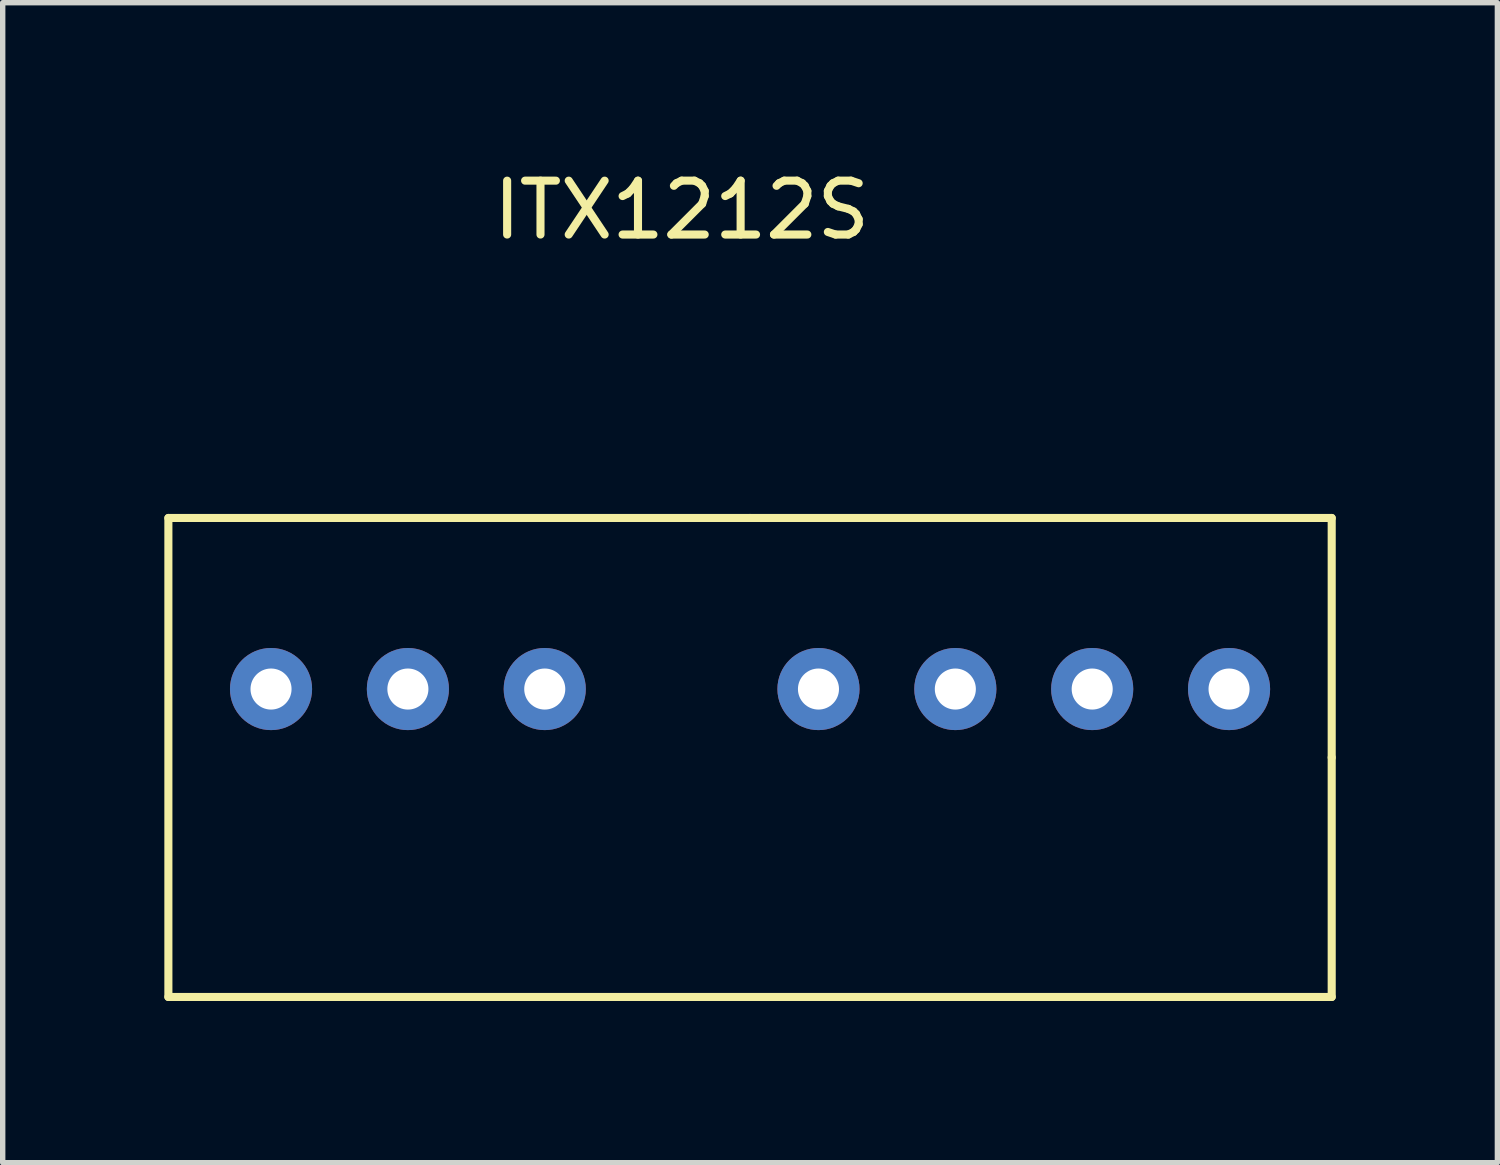
<source format=kicad_pcb>
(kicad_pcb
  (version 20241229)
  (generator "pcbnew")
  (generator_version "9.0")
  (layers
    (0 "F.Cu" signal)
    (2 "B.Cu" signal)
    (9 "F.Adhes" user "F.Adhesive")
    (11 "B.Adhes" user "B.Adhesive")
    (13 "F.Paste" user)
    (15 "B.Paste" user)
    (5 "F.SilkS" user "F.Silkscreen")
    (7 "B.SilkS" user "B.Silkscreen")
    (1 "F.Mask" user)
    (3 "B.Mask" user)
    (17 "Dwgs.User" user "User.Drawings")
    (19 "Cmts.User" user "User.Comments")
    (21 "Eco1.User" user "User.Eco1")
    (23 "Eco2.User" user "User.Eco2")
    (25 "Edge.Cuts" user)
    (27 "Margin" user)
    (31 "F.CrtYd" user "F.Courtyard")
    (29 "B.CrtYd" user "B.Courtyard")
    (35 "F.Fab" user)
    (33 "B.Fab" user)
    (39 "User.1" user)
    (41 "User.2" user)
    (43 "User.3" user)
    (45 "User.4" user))
  (footprint "ITX1212S"
    (layer "F.Cu")
    (at 9.6 9.738)
    (property "Reference" "ITX1212S" (at 0 -8.89 0) (layer "F.SilkS") (effects (font (size 1 1) (thickness 0.15))))
    (attr through_hole)
    (fp_line (start -9.525 -3.175) (end 1.27 -3.175) (stroke (width 0.15) (type solid)) (layer "F.SilkS"))
    (fp_line (start -9.525 5.715) (end -9.525 -3.175) (stroke (width 0.15) (type solid)) (layer "F.SilkS"))
    (fp_line (start 1.27 -3.175) (end 12.065 -3.175) (stroke (width 0.15) (type solid)) (layer "F.SilkS"))
    (fp_line (start 12.065 -3.175) (end 12.065 1.27) (stroke (width 0.15) (type solid)) (layer "F.SilkS"))
    (fp_line (start 12.065 1.27) (end 12.065 5.715) (stroke (width 0.15) (type solid)) (layer "F.SilkS"))
    (fp_line (start 12.065 5.715) (end -9.525 5.715) (stroke (width 0.15) (type solid)) (layer "F.SilkS"))
    (pad "1" thru_hole circle (at -7.62 0) (size 1.524 1.524) (drill 0.762) (layers "*.Cu" "*.Mask"))
    (pad "2" thru_hole circle (at -5.08 0) (size 1.524 1.524) (drill 0.762) (layers "*.Cu" "*.Mask"))
    (pad "3" thru_hole circle (at -2.54 0) (size 1.524 1.524) (drill 0.762) (layers "*.Cu" "*.Mask"))
    (pad "5" thru_hole circle (at 2.54 0) (size 1.524 1.524) (drill 0.762) (layers "*.Cu" "*.Mask"))
    (pad "6" thru_hole circle (at 5.08 0) (size 1.524 1.524) (drill 0.762) (layers "*.Cu" "*.Mask"))
    (pad "7" thru_hole circle (at 7.62 0) (size 1.524 1.524) (drill 0.762) (layers "*.Cu" "*.Mask"))
    (pad "8" thru_hole circle (at 10.16 0) (size 1.524 1.524) (drill 0.762) (layers "*.Cu" "*.Mask")))
  (gr_rect
    (start -3 -3)
    (end 24.74 18.528)
    (stroke (width 0.1) (type default))
    (fill no)
    (layer "Edge.Cuts")))
</source>
